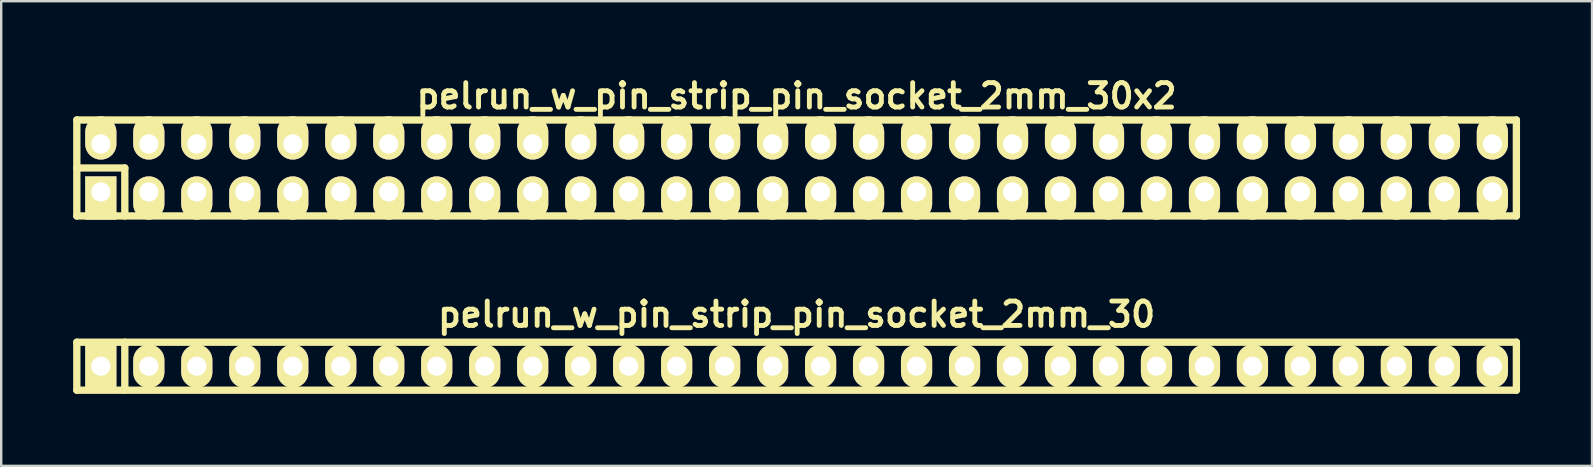
<source format=kicad_pcb>
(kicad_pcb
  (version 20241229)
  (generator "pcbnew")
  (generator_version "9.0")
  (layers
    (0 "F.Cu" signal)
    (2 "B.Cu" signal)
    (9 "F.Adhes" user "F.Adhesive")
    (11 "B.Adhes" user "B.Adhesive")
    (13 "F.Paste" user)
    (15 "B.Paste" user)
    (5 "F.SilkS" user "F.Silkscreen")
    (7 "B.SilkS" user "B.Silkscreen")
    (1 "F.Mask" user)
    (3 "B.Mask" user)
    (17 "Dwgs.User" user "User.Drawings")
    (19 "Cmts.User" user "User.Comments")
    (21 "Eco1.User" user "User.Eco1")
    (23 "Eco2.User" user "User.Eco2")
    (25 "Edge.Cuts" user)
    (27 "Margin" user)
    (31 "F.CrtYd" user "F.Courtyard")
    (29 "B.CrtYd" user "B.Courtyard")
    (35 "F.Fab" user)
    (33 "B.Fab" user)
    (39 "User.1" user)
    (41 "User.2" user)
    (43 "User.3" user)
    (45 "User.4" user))
  (footprint "pelrun_w_pin_strip_pin_socket_2mm_30x2"
    (layer "F.Cu")
    (at 30.152 3.951)
    (property "Reference" "pelrun_w_pin_strip_pin_socket_2mm_30x2" (at 0 -3 0) (layer "F.SilkS") (effects (font (size 1.016 1.016) (thickness 0.203))))
    (attr through_hole)
    (fp_line (start -30 -2) (end 30 -2) (stroke (width 0.305) (type solid)) (layer "F.SilkS"))
    (fp_line (start -30 0) (end -28 0) (stroke (width 0.305) (type solid)) (layer "F.SilkS"))
    (fp_line (start -30 2) (end -30 -2) (stroke (width 0.305) (type solid)) (layer "F.SilkS"))
    (fp_line (start -28 0) (end -28 2) (stroke (width 0.305) (type solid)) (layer "F.SilkS"))
    (fp_line (start 30 -2) (end 30 2) (stroke (width 0.305) (type solid)) (layer "F.SilkS"))
    (fp_line (start 30 2) (end -30 2) (stroke (width 0.305) (type solid)) (layer "F.SilkS"))
    (pad "1" thru_hole rect (at -29 1) (size 1.3 1.8) (drill 0.8 (offset 0 0.25)) (layers "*.Cu" "*.Mask" "F.SilkS"))
    (pad "2" thru_hole oval (at -29 -1) (size 1.3 1.8) (drill 0.8 (offset 0 -0.25)) (layers "*.Cu" "*.Mask" "F.SilkS"))
    (pad "3" thru_hole oval (at -27 1) (size 1.3 1.8) (drill 0.8 (offset 0 0.25)) (layers "*.Cu" "*.Mask" "F.SilkS"))
    (pad "4" thru_hole oval (at -27 -1) (size 1.3 1.8) (drill 0.8 (offset 0 -0.25)) (layers "*.Cu" "*.Mask" "F.SilkS"))
    (pad "5" thru_hole oval (at -25 1) (size 1.3 1.8) (drill 0.8 (offset 0 0.25)) (layers "*.Cu" "*.Mask" "F.SilkS"))
    (pad "6" thru_hole oval (at -25 -1) (size 1.3 1.8) (drill 0.8 (offset 0 -0.25)) (layers "*.Cu" "*.Mask" "F.SilkS"))
    (pad "7" thru_hole oval (at -23 1) (size 1.3 1.8) (drill 0.8 (offset 0 0.25)) (layers "*.Cu" "*.Mask" "F.SilkS"))
    (pad "8" thru_hole oval (at -23 -1) (size 1.3 1.8) (drill 0.8 (offset 0 -0.25)) (layers "*.Cu" "*.Mask" "F.SilkS"))
    (pad "9" thru_hole oval (at -21 1) (size 1.3 1.8) (drill 0.8 (offset 0 0.25)) (layers "*.Cu" "*.Mask" "F.SilkS"))
    (pad "10" thru_hole oval (at -21 -1) (size 1.3 1.8) (drill 0.8 (offset 0 -0.25)) (layers "*.Cu" "*.Mask" "F.SilkS"))
    (pad "11" thru_hole oval (at -19 1) (size 1.3 1.8) (drill 0.8 (offset 0 0.25)) (layers "*.Cu" "*.Mask" "F.SilkS"))
    (pad "12" thru_hole oval (at -19 -1) (size 1.3 1.8) (drill 0.8 (offset 0 -0.25)) (layers "*.Cu" "*.Mask" "F.SilkS"))
    (pad "13" thru_hole oval (at -17 1) (size 1.3 1.8) (drill 0.8 (offset 0 0.25)) (layers "*.Cu" "*.Mask" "F.SilkS"))
    (pad "14" thru_hole oval (at -17 -1) (size 1.3 1.8) (drill 0.8 (offset 0 -0.25)) (layers "*.Cu" "*.Mask" "F.SilkS"))
    (pad "15" thru_hole oval (at -15 1) (size 1.3 1.8) (drill 0.8 (offset 0 0.25)) (layers "*.Cu" "*.Mask" "F.SilkS"))
    (pad "16" thru_hole oval (at -15 -1) (size 1.3 1.8) (drill 0.8 (offset 0 -0.25)) (layers "*.Cu" "*.Mask" "F.SilkS"))
    (pad "17" thru_hole oval (at -13 1) (size 1.3 1.8) (drill 0.8 (offset 0 0.25)) (layers "*.Cu" "*.Mask" "F.SilkS"))
    (pad "18" thru_hole oval (at -13 -1) (size 1.3 1.8) (drill 0.8 (offset 0 -0.25)) (layers "*.Cu" "*.Mask" "F.SilkS"))
    (pad "19" thru_hole oval (at -11 1) (size 1.3 1.8) (drill 0.8 (offset 0 0.25)) (layers "*.Cu" "*.Mask" "F.SilkS"))
    (pad "20" thru_hole oval (at -11 -1) (size 1.3 1.8) (drill 0.8 (offset 0 -0.25)) (layers "*.Cu" "*.Mask" "F.SilkS"))
    (pad "21" thru_hole oval (at -9 1) (size 1.3 1.8) (drill 0.8 (offset 0 0.25)) (layers "*.Cu" "*.Mask" "F.SilkS"))
    (pad "22" thru_hole oval (at -9 -1) (size 1.3 1.8) (drill 0.8 (offset 0 -0.25)) (layers "*.Cu" "*.Mask" "F.SilkS"))
    (pad "23" thru_hole oval (at -7 1) (size 1.3 1.8) (drill 0.8 (offset 0 0.25)) (layers "*.Cu" "*.Mask" "F.SilkS"))
    (pad "24" thru_hole oval (at -7 -1) (size 1.3 1.8) (drill 0.8 (offset 0 -0.25)) (layers "*.Cu" "*.Mask" "F.SilkS"))
    (pad "25" thru_hole oval (at -5 1) (size 1.3 1.8) (drill 0.8 (offset 0 0.25)) (layers "*.Cu" "*.Mask" "F.SilkS"))
    (pad "26" thru_hole oval (at -5 -1) (size 1.3 1.8) (drill 0.8 (offset 0 -0.25)) (layers "*.Cu" "*.Mask" "F.SilkS"))
    (pad "27" thru_hole oval (at -3 1) (size 1.3 1.8) (drill 0.8 (offset 0 0.25)) (layers "*.Cu" "*.Mask" "F.SilkS"))
    (pad "28" thru_hole oval (at -3 -1) (size 1.3 1.8) (drill 0.8 (offset 0 -0.25)) (layers "*.Cu" "*.Mask" "F.SilkS"))
    (pad "29" thru_hole oval (at -1 1) (size 1.3 1.8) (drill 0.8 (offset 0 0.25)) (layers "*.Cu" "*.Mask" "F.SilkS"))
    (pad "30" thru_hole oval (at -1 -1) (size 1.3 1.8) (drill 0.8 (offset 0 -0.25)) (layers "*.Cu" "*.Mask" "F.SilkS"))
    (pad "31" thru_hole oval (at 1 1) (size 1.3 1.8) (drill 0.8 (offset 0 0.25)) (layers "*.Cu" "*.Mask" "F.SilkS"))
    (pad "32" thru_hole oval (at 1 -1) (size 1.3 1.8) (drill 0.8 (offset 0 -0.25)) (layers "*.Cu" "*.Mask" "F.SilkS"))
    (pad "33" thru_hole oval (at 3 1) (size 1.3 1.8) (drill 0.8 (offset 0 0.25)) (layers "*.Cu" "*.Mask" "F.SilkS"))
    (pad "34" thru_hole oval (at 3 -1) (size 1.3 1.8) (drill 0.8 (offset 0 -0.25)) (layers "*.Cu" "*.Mask" "F.SilkS"))
    (pad "35" thru_hole oval (at 5 1) (size 1.3 1.8) (drill 0.8 (offset 0 0.25)) (layers "*.Cu" "*.Mask" "F.SilkS"))
    (pad "36" thru_hole oval (at 5 -1) (size 1.3 1.8) (drill 0.8 (offset 0 -0.25)) (layers "*.Cu" "*.Mask" "F.SilkS"))
    (pad "37" thru_hole oval (at 7 1) (size 1.3 1.8) (drill 0.8 (offset 0 0.25)) (layers "*.Cu" "*.Mask" "F.SilkS"))
    (pad "38" thru_hole oval (at 7 -1) (size 1.3 1.8) (drill 0.8 (offset 0 -0.25)) (layers "*.Cu" "*.Mask" "F.SilkS"))
    (pad "39" thru_hole oval (at 9 1) (size 1.3 1.8) (drill 0.8 (offset 0 0.25)) (layers "*.Cu" "*.Mask" "F.SilkS"))
    (pad "40" thru_hole oval (at 9 -1) (size 1.3 1.8) (drill 0.8 (offset 0 -0.25)) (layers "*.Cu" "*.Mask" "F.SilkS"))
    (pad "41" thru_hole oval (at 11 1) (size 1.3 1.8) (drill 0.8 (offset 0 0.25)) (layers "*.Cu" "*.Mask" "F.SilkS"))
    (pad "42" thru_hole oval (at 11 -1) (size 1.3 1.8) (drill 0.8 (offset 0 -0.25)) (layers "*.Cu" "*.Mask" "F.SilkS"))
    (pad "43" thru_hole oval (at 13 1) (size 1.3 1.8) (drill 0.8 (offset 0 0.25)) (layers "*.Cu" "*.Mask" "F.SilkS"))
    (pad "44" thru_hole oval (at 13 -1) (size 1.3 1.8) (drill 0.8 (offset 0 -0.25)) (layers "*.Cu" "*.Mask" "F.SilkS"))
    (pad "45" thru_hole oval (at 15 1) (size 1.3 1.8) (drill 0.8 (offset 0 0.25)) (layers "*.Cu" "*.Mask" "F.SilkS"))
    (pad "46" thru_hole oval (at 15 -1) (size 1.3 1.8) (drill 0.8 (offset 0 -0.25)) (layers "*.Cu" "*.Mask" "F.SilkS"))
    (pad "47" thru_hole oval (at 17 1) (size 1.3 1.8) (drill 0.8 (offset 0 0.25)) (layers "*.Cu" "*.Mask" "F.SilkS"))
    (pad "48" thru_hole oval (at 17 -1) (size 1.3 1.8) (drill 0.8 (offset 0 -0.25)) (layers "*.Cu" "*.Mask" "F.SilkS"))
    (pad "49" thru_hole oval (at 19 1) (size 1.3 1.8) (drill 0.8 (offset 0 0.25)) (layers "*.Cu" "*.Mask" "F.SilkS"))
    (pad "50" thru_hole oval (at 19 -1) (size 1.3 1.8) (drill 0.8 (offset 0 -0.25)) (layers "*.Cu" "*.Mask" "F.SilkS"))
    (pad "51" thru_hole oval (at 21 1) (size 1.3 1.8) (drill 0.8 (offset 0 0.25)) (layers "*.Cu" "*.Mask" "F.SilkS"))
    (pad "52" thru_hole oval (at 21 -1) (size 1.3 1.8) (drill 0.8 (offset 0 -0.25)) (layers "*.Cu" "*.Mask" "F.SilkS"))
    (pad "53" thru_hole oval (at 23 1) (size 1.3 1.8) (drill 0.8 (offset 0 0.25)) (layers "*.Cu" "*.Mask" "F.SilkS"))
    (pad "54" thru_hole oval (at 23 -1) (size 1.3 1.8) (drill 0.8 (offset 0 -0.25)) (layers "*.Cu" "*.Mask" "F.SilkS"))
    (pad "55" thru_hole oval (at 25 1) (size 1.3 1.8) (drill 0.8 (offset 0 0.25)) (layers "*.Cu" "*.Mask" "F.SilkS"))
    (pad "56" thru_hole oval (at 25 -1) (size 1.3 1.8) (drill 0.8 (offset 0 -0.25)) (layers "*.Cu" "*.Mask" "F.SilkS"))
    (pad "57" thru_hole oval (at 27 1) (size 1.3 1.8) (drill 0.8 (offset 0 0.25)) (layers "*.Cu" "*.Mask" "F.SilkS"))
    (pad "58" thru_hole oval (at 27 -1) (size 1.3 1.8) (drill 0.8 (offset 0 -0.25)) (layers "*.Cu" "*.Mask" "F.SilkS"))
    (pad "59" thru_hole oval (at 29 1) (size 1.3 1.8) (drill 0.8 (offset 0 0.25)) (layers "*.Cu" "*.Mask" "F.SilkS"))
    (pad "60" thru_hole oval (at 29 -1) (size 1.3 1.8) (drill 0.8 (offset 0 -0.25)) (layers "*.Cu" "*.Mask" "F.SilkS")))
  (footprint "pelrun_w_pin_strip_pin_socket_2mm_30"
    (layer "F.Cu")
    (at 30.152 12.213)
    (property "Reference" "pelrun_w_pin_strip_pin_socket_2mm_30" (at 0 -2.159 0) (layer "F.SilkS") (effects (font (size 1.016 1.016) (thickness 0.203))))
    (attr through_hole)
    (fp_line (start -30 -1) (end 30 -1) (stroke (width 0.305) (type solid)) (layer "F.SilkS"))
    (fp_line (start -30 1) (end -30 -1) (stroke (width 0.305) (type solid)) (layer "F.SilkS"))
    (fp_line (start -28 -1) (end -28 1) (stroke (width 0.305) (type solid)) (layer "F.SilkS"))
    (fp_line (start 30 -1) (end 30 1) (stroke (width 0.305) (type solid)) (layer "F.SilkS"))
    (fp_line (start 30 1) (end -30 1) (stroke (width 0.305) (type solid)) (layer "F.SilkS"))
    (pad "1" thru_hole rect (at -29 0) (size 1.3 1.8) (drill 0.8) (layers "*.Cu" "*.Mask" "F.SilkS"))
    (pad "2" thru_hole oval (at -27 0) (size 1.3 1.8) (drill 0.8) (layers "*.Cu" "*.Mask" "F.SilkS"))
    (pad "3" thru_hole oval (at -25 0) (size 1.3 1.8) (drill 0.8) (layers "*.Cu" "*.Mask" "F.SilkS"))
    (pad "4" thru_hole oval (at -23 0) (size 1.3 1.8) (drill 0.8) (layers "*.Cu" "*.Mask" "F.SilkS"))
    (pad "5" thru_hole oval (at -21 0) (size 1.3 1.8) (drill 0.8) (layers "*.Cu" "*.Mask" "F.SilkS"))
    (pad "6" thru_hole oval (at -19 0) (size 1.3 1.8) (drill 0.8) (layers "*.Cu" "*.Mask" "F.SilkS"))
    (pad "7" thru_hole oval (at -17 0) (size 1.3 1.8) (drill 0.8) (layers "*.Cu" "*.Mask" "F.SilkS"))
    (pad "8" thru_hole oval (at -15 0) (size 1.3 1.8) (drill 0.8) (layers "*.Cu" "*.Mask" "F.SilkS"))
    (pad "9" thru_hole oval (at -13 0) (size 1.3 1.8) (drill 0.8) (layers "*.Cu" "*.Mask" "F.SilkS"))
    (pad "10" thru_hole oval (at -11 0) (size 1.3 1.8) (drill 0.8) (layers "*.Cu" "*.Mask" "F.SilkS"))
    (pad "11" thru_hole oval (at -9 0) (size 1.3 1.8) (drill 0.8) (layers "*.Cu" "*.Mask" "F.SilkS"))
    (pad "12" thru_hole oval (at -7 0) (size 1.3 1.8) (drill 0.8) (layers "*.Cu" "*.Mask" "F.SilkS"))
    (pad "13" thru_hole oval (at -5 0) (size 1.3 1.8) (drill 0.8) (layers "*.Cu" "*.Mask" "F.SilkS"))
    (pad "14" thru_hole oval (at -3 0) (size 1.3 1.8) (drill 0.8) (layers "*.Cu" "*.Mask" "F.SilkS"))
    (pad "15" thru_hole oval (at -1 0) (size 1.3 1.8) (drill 0.8) (layers "*.Cu" "*.Mask" "F.SilkS"))
    (pad "16" thru_hole oval (at 1 0) (size 1.3 1.8) (drill 0.8) (layers "*.Cu" "*.Mask" "F.SilkS"))
    (pad "17" thru_hole oval (at 3 0) (size 1.3 1.8) (drill 0.8) (layers "*.Cu" "*.Mask" "F.SilkS"))
    (pad "18" thru_hole oval (at 5 0) (size 1.3 1.8) (drill 0.8) (layers "*.Cu" "*.Mask" "F.SilkS"))
    (pad "19" thru_hole oval (at 7 0) (size 1.3 1.8) (drill 0.8) (layers "*.Cu" "*.Mask" "F.SilkS"))
    (pad "20" thru_hole oval (at 9 0) (size 1.3 1.8) (drill 0.8) (layers "*.Cu" "*.Mask" "F.SilkS"))
    (pad "21" thru_hole oval (at 11 0) (size 1.3 1.8) (drill 0.8) (layers "*.Cu" "*.Mask" "F.SilkS"))
    (pad "22" thru_hole oval (at 13 0) (size 1.3 1.8) (drill 0.8) (layers "*.Cu" "*.Mask" "F.SilkS"))
    (pad "23" thru_hole oval (at 15 0) (size 1.3 1.8) (drill 0.8) (layers "*.Cu" "*.Mask" "F.SilkS"))
    (pad "24" thru_hole oval (at 17 0) (size 1.3 1.8) (drill 0.8) (layers "*.Cu" "*.Mask" "F.SilkS"))
    (pad "25" thru_hole oval (at 19 0) (size 1.3 1.8) (drill 0.8) (layers "*.Cu" "*.Mask" "F.SilkS"))
    (pad "26" thru_hole oval (at 21 0) (size 1.3 1.8) (drill 0.8) (layers "*.Cu" "*.Mask" "F.SilkS"))
    (pad "27" thru_hole oval (at 23 0) (size 1.3 1.8) (drill 0.8) (layers "*.Cu" "*.Mask" "F.SilkS"))
    (pad "28" thru_hole oval (at 25 0) (size 1.3 1.8) (drill 0.8) (layers "*.Cu" "*.Mask" "F.SilkS"))
    (pad "29" thru_hole oval (at 27 0) (size 1.3 1.8) (drill 0.8) (layers "*.Cu" "*.Mask" "F.SilkS"))
    (pad "30" thru_hole oval (at 29 0) (size 1.3 1.8) (drill 0.8) (layers "*.Cu" "*.Mask" "F.SilkS")))
  (gr_rect
    (start -3 -3)
    (end 63.305 16.366)
    (stroke (width 0.1) (type default))
    (fill no)
    (layer "Edge.Cuts")))
</source>
